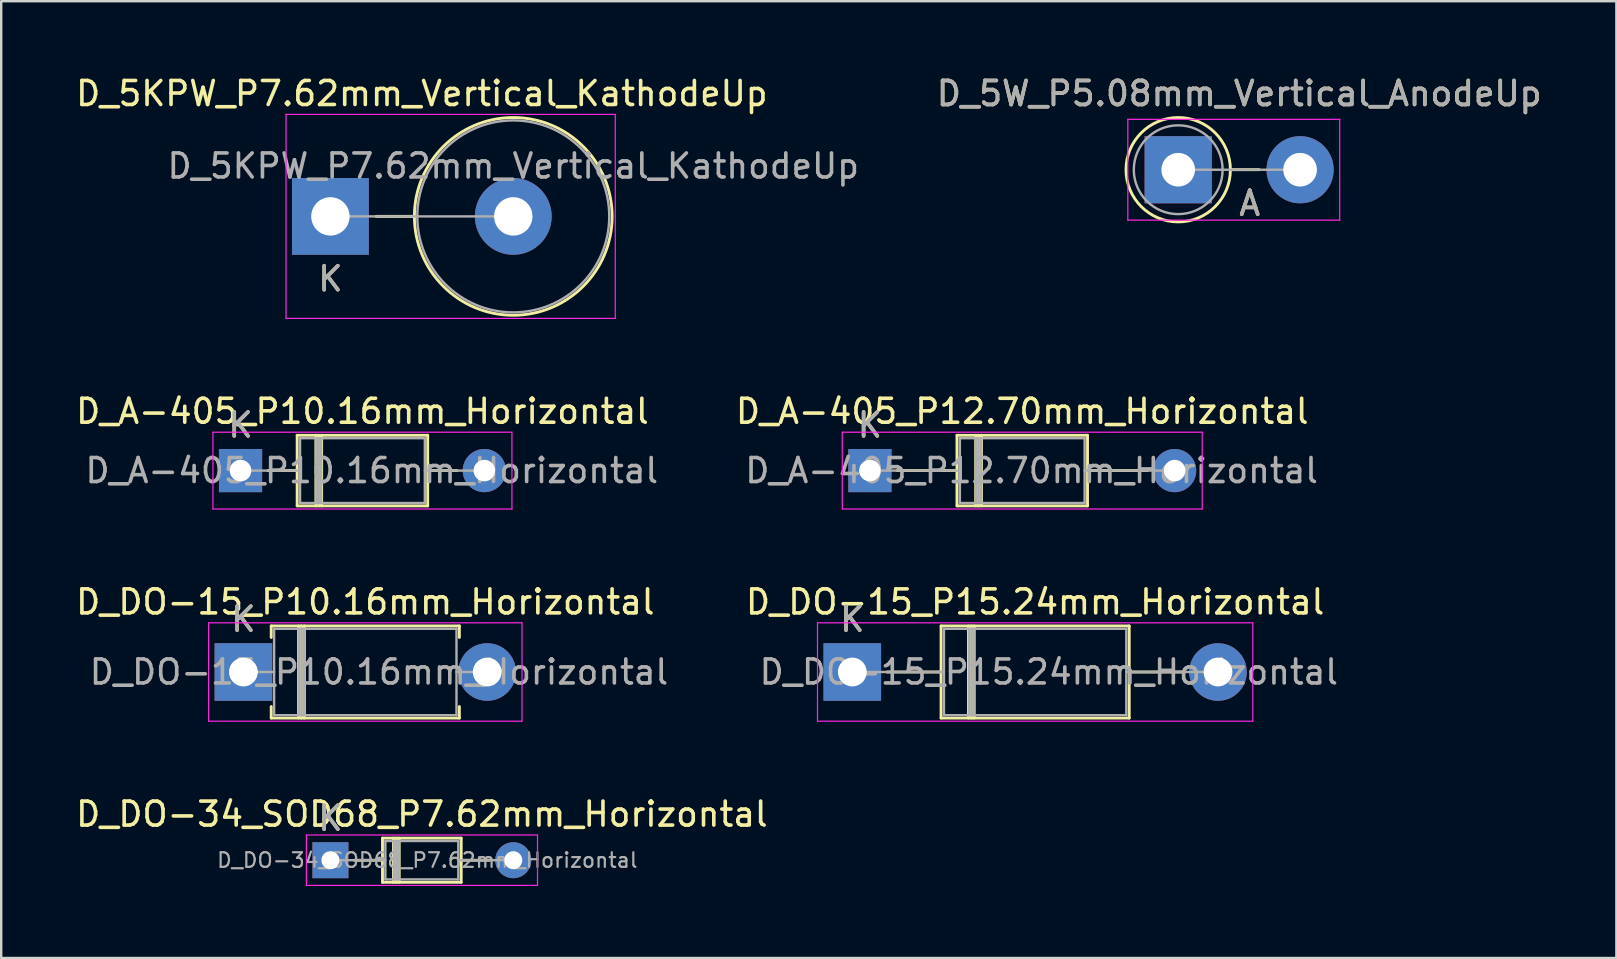
<source format=kicad_pcb>
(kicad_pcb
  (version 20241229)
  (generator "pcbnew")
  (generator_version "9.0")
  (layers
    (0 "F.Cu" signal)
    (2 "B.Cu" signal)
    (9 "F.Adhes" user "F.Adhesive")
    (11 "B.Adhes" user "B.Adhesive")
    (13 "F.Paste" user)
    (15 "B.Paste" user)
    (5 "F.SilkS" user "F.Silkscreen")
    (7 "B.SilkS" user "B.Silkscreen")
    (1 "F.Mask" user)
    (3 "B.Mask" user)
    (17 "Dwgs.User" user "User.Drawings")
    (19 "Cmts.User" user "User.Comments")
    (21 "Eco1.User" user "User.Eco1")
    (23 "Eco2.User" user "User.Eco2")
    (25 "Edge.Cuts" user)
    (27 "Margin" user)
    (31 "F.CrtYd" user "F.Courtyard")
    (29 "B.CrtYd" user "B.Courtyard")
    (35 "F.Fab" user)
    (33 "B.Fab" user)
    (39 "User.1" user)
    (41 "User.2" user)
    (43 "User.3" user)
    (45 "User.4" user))
  (footprint "D_DO-34_SOD68_P7.62mm_Horizontal"
    (layer "F.Cu")
    (at 10.72 32.798)
    (property "Reference" "D_DO-34_SOD68_P7.62mm_Horizontal" (at 3.81 -1.92 0) (layer "F.SilkS") (effects (font (size 1 1) (thickness 0.15))))
    (attr through_hole)
    (fp_line (start 0.99 0) (end 2.17 0) (stroke (width 0.12) (type solid)) (layer "F.SilkS"))
    (fp_line (start 2.17 -0.92) (end 2.17 0.92) (stroke (width 0.12) (type solid)) (layer "F.SilkS"))
    (fp_line (start 2.17 0.92) (end 5.45 0.92) (stroke (width 0.12) (type solid)) (layer "F.SilkS"))
    (fp_line (start 2.626 -0.92) (end 2.626 0.92) (stroke (width 0.12) (type solid)) (layer "F.SilkS"))
    (fp_line (start 2.746 -0.92) (end 2.746 0.92) (stroke (width 0.12) (type solid)) (layer "F.SilkS"))
    (fp_line (start 2.866 -0.92) (end 2.866 0.92) (stroke (width 0.12) (type solid)) (layer "F.SilkS"))
    (fp_line (start 5.45 -0.92) (end 2.17 -0.92) (stroke (width 0.12) (type solid)) (layer "F.SilkS"))
    (fp_line (start 5.45 0.92) (end 5.45 -0.92) (stroke (width 0.12) (type solid)) (layer "F.SilkS"))
    (fp_line (start 6.63 0) (end 5.45 0) (stroke (width 0.12) (type solid)) (layer "F.SilkS"))
    (fp_line (start -1 -1.05) (end -1 1.05) (stroke (width 0.05) (type solid)) (layer "F.CrtYd"))
    (fp_line (start -1 1.05) (end 8.63 1.05) (stroke (width 0.05) (type solid)) (layer "F.CrtYd"))
    (fp_line (start 8.63 -1.05) (end -1 -1.05) (stroke (width 0.05) (type solid)) (layer "F.CrtYd"))
    (fp_line (start 8.63 1.05) (end 8.63 -1.05) (stroke (width 0.05) (type solid)) (layer "F.CrtYd"))
    (fp_line (start 0 0) (end 2.29 0) (stroke (width 0.1) (type solid)) (layer "F.Fab"))
    (fp_line (start 2.29 -0.8) (end 2.29 0.8) (stroke (width 0.1) (type solid)) (layer "F.Fab"))
    (fp_line (start 2.29 0.8) (end 5.33 0.8) (stroke (width 0.1) (type solid)) (layer "F.Fab"))
    (fp_line (start 2.646 -0.8) (end 2.646 0.8) (stroke (width 0.1) (type solid)) (layer "F.Fab"))
    (fp_line (start 2.746 -0.8) (end 2.746 0.8) (stroke (width 0.1) (type solid)) (layer "F.Fab"))
    (fp_line (start 2.846 -0.8) (end 2.846 0.8) (stroke (width 0.1) (type solid)) (layer "F.Fab"))
    (fp_line (start 5.33 -0.8) (end 2.29 -0.8) (stroke (width 0.1) (type solid)) (layer "F.Fab"))
    (fp_line (start 5.33 0.8) (end 5.33 -0.8) (stroke (width 0.1) (type solid)) (layer "F.Fab"))
    (fp_line (start 7.62 0) (end 5.33 0) (stroke (width 0.1) (type solid)) (layer "F.Fab"))
    (fp_text user "K" (at 0 -1.75 0) (layer "F.SilkS") (effects (font (size 1 1) (thickness 0.15))))
    (fp_text user "${REFERENCE}" (at 4.038 0 0) (layer "F.Fab") (effects (font (size 0.608 0.608) (thickness 0.091))))
    (fp_text user "K" (at 0 -1.75 0) (layer "F.Fab") (effects (font (size 1 1) (thickness 0.15))))
    (pad "1" thru_hole rect (at 0 0) (size 1.5 1.5) (drill 0.75) (layers "*.Cu" "*.Mask"))
    (pad "2" thru_hole oval (at 7.62 0) (size 1.5 1.5) (drill 0.75) (layers "*.Cu" "*.Mask")))
  (footprint "D_DO-15_P15.24mm_Horizontal"
    (layer "F.Cu")
    (at 32.468 24.955)
    (property "Reference" "D_DO-15_P15.24mm_Horizontal" (at 7.62 -2.92 0) (layer "F.SilkS") (effects (font (size 1 1) (thickness 0.15))))
    (attr through_hole)
    (fp_line (start 1.44 0) (end 3.7 0) (stroke (width 0.12) (type solid)) (layer "F.SilkS"))
    (fp_line (start 3.7 -1.92) (end 3.7 1.92) (stroke (width 0.12) (type solid)) (layer "F.SilkS"))
    (fp_line (start 3.7 1.92) (end 11.54 1.92) (stroke (width 0.12) (type solid)) (layer "F.SilkS"))
    (fp_line (start 4.84 -1.92) (end 4.84 1.92) (stroke (width 0.12) (type solid)) (layer "F.SilkS"))
    (fp_line (start 4.96 -1.92) (end 4.96 1.92) (stroke (width 0.12) (type solid)) (layer "F.SilkS"))
    (fp_line (start 5.08 -1.92) (end 5.08 1.92) (stroke (width 0.12) (type solid)) (layer "F.SilkS"))
    (fp_line (start 11.54 -1.92) (end 3.7 -1.92) (stroke (width 0.12) (type solid)) (layer "F.SilkS"))
    (fp_line (start 11.54 1.92) (end 11.54 -1.92) (stroke (width 0.12) (type solid)) (layer "F.SilkS"))
    (fp_line (start 13.8 0) (end 11.54 0) (stroke (width 0.12) (type solid)) (layer "F.SilkS"))
    (fp_line (start -1.45 -2.05) (end -1.45 2.05) (stroke (width 0.05) (type solid)) (layer "F.CrtYd"))
    (fp_line (start -1.45 2.05) (end 16.69 2.05) (stroke (width 0.05) (type solid)) (layer "F.CrtYd"))
    (fp_line (start 16.69 -2.05) (end -1.45 -2.05) (stroke (width 0.05) (type solid)) (layer "F.CrtYd"))
    (fp_line (start 16.69 2.05) (end 16.69 -2.05) (stroke (width 0.05) (type solid)) (layer "F.CrtYd"))
    (fp_line (start 0 0) (end 3.82 0) (stroke (width 0.1) (type solid)) (layer "F.Fab"))
    (fp_line (start 3.82 -1.8) (end 3.82 1.8) (stroke (width 0.1) (type solid)) (layer "F.Fab"))
    (fp_line (start 3.82 1.8) (end 11.42 1.8) (stroke (width 0.1) (type solid)) (layer "F.Fab"))
    (fp_line (start 4.86 -1.8) (end 4.86 1.8) (stroke (width 0.1) (type solid)) (layer "F.Fab"))
    (fp_line (start 4.96 -1.8) (end 4.96 1.8) (stroke (width 0.1) (type solid)) (layer "F.Fab"))
    (fp_line (start 5.06 -1.8) (end 5.06 1.8) (stroke (width 0.1) (type solid)) (layer "F.Fab"))
    (fp_line (start 11.42 -1.8) (end 3.82 -1.8) (stroke (width 0.1) (type solid)) (layer "F.Fab"))
    (fp_line (start 11.42 1.8) (end 11.42 -1.8) (stroke (width 0.1) (type solid)) (layer "F.Fab"))
    (fp_line (start 15.24 0) (end 11.42 0) (stroke (width 0.1) (type solid)) (layer "F.Fab"))
    (fp_text user "K" (at 0 -2.2 0) (layer "F.SilkS") (effects (font (size 1 1) (thickness 0.15))))
    (fp_text user "${REFERENCE}" (at 8.19 0 0) (layer "F.Fab") (effects (font (size 1 1) (thickness 0.15))))
    (fp_text user "K" (at 0 -2.2 0) (layer "F.Fab") (effects (font (size 1 1) (thickness 0.15))))
    (pad "1" thru_hole rect (at 0 0) (size 2.4 2.4) (drill 1.2) (layers "*.Cu" "*.Mask"))
    (pad "2" thru_hole oval (at 15.24 0) (size 2.4 2.4) (drill 1.2) (layers "*.Cu" "*.Mask")))
  (footprint "D_DO-15_P10.16mm_Horizontal"
    (layer "F.Cu")
    (at 7.093 24.955)
    (property "Reference" "D_DO-15_P10.16mm_Horizontal" (at 5.08 -2.92 0) (layer "F.SilkS") (effects (font (size 1 1) (thickness 0.15))))
    (attr through_hole)
    (fp_line (start 1.16 -1.92) (end 9 -1.92) (stroke (width 0.12) (type solid)) (layer "F.SilkS"))
    (fp_line (start 1.16 -1.44) (end 1.16 -1.92) (stroke (width 0.12) (type solid)) (layer "F.SilkS"))
    (fp_line (start 1.16 1.44) (end 1.16 1.92) (stroke (width 0.12) (type solid)) (layer "F.SilkS"))
    (fp_line (start 1.16 1.92) (end 9 1.92) (stroke (width 0.12) (type solid)) (layer "F.SilkS"))
    (fp_line (start 2.3 -1.92) (end 2.3 1.92) (stroke (width 0.12) (type solid)) (layer "F.SilkS"))
    (fp_line (start 2.42 -1.92) (end 2.42 1.92) (stroke (width 0.12) (type solid)) (layer "F.SilkS"))
    (fp_line (start 2.54 -1.92) (end 2.54 1.92) (stroke (width 0.12) (type solid)) (layer "F.SilkS"))
    (fp_line (start 9 -1.92) (end 9 -1.44) (stroke (width 0.12) (type solid)) (layer "F.SilkS"))
    (fp_line (start 9 1.92) (end 9 1.44) (stroke (width 0.12) (type solid)) (layer "F.SilkS"))
    (fp_line (start -1.45 -2.05) (end -1.45 2.05) (stroke (width 0.05) (type solid)) (layer "F.CrtYd"))
    (fp_line (start -1.45 2.05) (end 11.61 2.05) (stroke (width 0.05) (type solid)) (layer "F.CrtYd"))
    (fp_line (start 11.61 -2.05) (end -1.45 -2.05) (stroke (width 0.05) (type solid)) (layer "F.CrtYd"))
    (fp_line (start 11.61 2.05) (end 11.61 -2.05) (stroke (width 0.05) (type solid)) (layer "F.CrtYd"))
    (fp_line (start 0 0) (end 1.28 0) (stroke (width 0.1) (type solid)) (layer "F.Fab"))
    (fp_line (start 1.28 -1.8) (end 1.28 1.8) (stroke (width 0.1) (type solid)) (layer "F.Fab"))
    (fp_line (start 1.28 1.8) (end 8.88 1.8) (stroke (width 0.1) (type solid)) (layer "F.Fab"))
    (fp_line (start 2.32 -1.8) (end 2.32 1.8) (stroke (width 0.1) (type solid)) (layer "F.Fab"))
    (fp_line (start 2.42 -1.8) (end 2.42 1.8) (stroke (width 0.1) (type solid)) (layer "F.Fab"))
    (fp_line (start 2.52 -1.8) (end 2.52 1.8) (stroke (width 0.1) (type solid)) (layer "F.Fab"))
    (fp_line (start 8.88 -1.8) (end 1.28 -1.8) (stroke (width 0.1) (type solid)) (layer "F.Fab"))
    (fp_line (start 8.88 1.8) (end 8.88 -1.8) (stroke (width 0.1) (type solid)) (layer "F.Fab"))
    (fp_line (start 10.16 0) (end 8.88 0) (stroke (width 0.1) (type solid)) (layer "F.Fab"))
    (fp_text user "K" (at 0 -2.2 0) (layer "F.SilkS") (effects (font (size 1 1) (thickness 0.15))))
    (fp_text user "K" (at 0 -2.2 0) (layer "F.Fab") (effects (font (size 1 1) (thickness 0.15))))
    (fp_text user "${REFERENCE}" (at 5.65 0 0) (layer "F.Fab") (effects (font (size 1 1) (thickness 0.15))))
    (pad "1" thru_hole rect (at 0 0) (size 2.4 2.4) (drill 1.2) (layers "*.Cu" "*.Mask"))
    (pad "2" thru_hole oval (at 10.16 0) (size 2.4 2.4) (drill 1.2) (layers "*.Cu" "*.Mask")))
  (footprint "D_5KPW_P7.62mm_Vertical_KathodeUp"
    (layer "F.Cu")
    (at 10.72 5.968)
    (property "Reference" "D_5KPW_P7.62mm_Vertical_KathodeUp" (at 3.81 -5.12 0) (layer "F.SilkS") (effects (font (size 1 1) (thickness 0.15))))
    (attr through_hole)
    (fp_line (start 3.5 0) (end 1.9 0) (stroke (width 0.12) (type solid)) (layer "F.SilkS"))
    (fp_circle (center 7.62 0) (end 11.74 0) (stroke (width 0.12) (type solid)) (fill no) (layer "F.SilkS"))
    (fp_line (start -1.85 -4.25) (end -1.85 4.25) (stroke (width 0.05) (type solid)) (layer "F.CrtYd"))
    (fp_line (start -1.85 4.25) (end 11.87 4.25) (stroke (width 0.05) (type solid)) (layer "F.CrtYd"))
    (fp_line (start 11.87 -4.25) (end -1.85 -4.25) (stroke (width 0.05) (type solid)) (layer "F.CrtYd"))
    (fp_line (start 11.87 4.25) (end 11.87 -4.25) (stroke (width 0.05) (type solid)) (layer "F.CrtYd"))
    (fp_line (start 0 0) (end 7.62 0) (stroke (width 0.1) (type solid)) (layer "F.Fab"))
    (fp_circle (center 7.62 0) (end 11.62 0) (stroke (width 0.1) (type solid)) (fill no) (layer "F.Fab"))
    (fp_text user "K" (at 0 2.6 0) (layer "F.SilkS") (effects (font (size 1 1) (thickness 0.15))))
    (fp_text user "K" (at 0 2.6 0) (layer "F.Fab") (effects (font (size 1 1) (thickness 0.15))))
    (fp_text user "${REFERENCE}" (at 7.62 -2.1 0) (layer "F.Fab") (effects (font (size 1 1) (thickness 0.15))))
    (pad "1" thru_hole rect (at 0 0) (size 3.2 3.2) (drill 1.6) (layers "*.Cu" "*.Mask"))
    (pad "2" thru_hole oval (at 7.62 0) (size 3.2 3.2) (drill 1.6) (layers "*.Cu" "*.Mask")))
  (footprint "D_5W_P5.08mm_Vertical_AnodeUp"
    (layer "F.Cu")
    (at 46.05 4.023)
    (property "Reference" "D_5W_P5.08mm_Vertical_AnodeUp" (at 2.54 -3.175 0) (layer "F.SilkS") (effects (font (size 1 1) (thickness 0.15))))
    (attr through_hole)
    (fp_line (start 2.175 0) (end 3.38 0) (stroke (width 0.12) (type solid)) (layer "F.SilkS"))
    (fp_circle (center 0 0) (end 2.175 0) (stroke (width 0.12) (type solid)) (fill no) (layer "F.SilkS"))
    (fp_line (start -2.1 -2.1) (end -2.1 2.1) (stroke (width 0.05) (type solid)) (layer "F.CrtYd"))
    (fp_line (start -2.1 2.1) (end 6.73 2.1) (stroke (width 0.05) (type solid)) (layer "F.CrtYd"))
    (fp_line (start 6.73 -2.1) (end -2.1 -2.1) (stroke (width 0.05) (type solid)) (layer "F.CrtYd"))
    (fp_line (start 6.73 2.1) (end 6.73 -2.1) (stroke (width 0.05) (type solid)) (layer "F.CrtYd"))
    (fp_line (start 0 0) (end 5.08 0) (stroke (width 0.1) (type solid)) (layer "F.Fab"))
    (fp_circle (center 0 0) (end 1.85 0) (stroke (width 0.1) (type solid)) (fill no) (layer "F.Fab"))
    (fp_text user "A" (at 2.98 1.4 0) (layer "F.SilkS") (effects (font (size 1 1) (thickness 0.15))))
    (fp_text user "${REFERENCE}" (at 2.54 -3.175 0) (layer "F.Fab") (effects (font (size 1 1) (thickness 0.15))))
    (fp_text user "A" (at 2.98 1.4 0) (layer "F.Fab") (effects (font (size 1 1) (thickness 0.15))))
    (pad "1" thru_hole rect (at 0 0) (size 2.8 2.8) (drill 1.4) (layers "*.Cu" "*.Mask"))
    (pad "2" thru_hole oval (at 5.08 0) (size 2.8 2.8) (drill 1.4) (layers "*.Cu" "*.Mask")))
  (footprint "D_A-405_P10.16mm_Horizontal"
    (layer "F.Cu")
    (at 6.974 16.561)
    (property "Reference" "D_A-405_P10.16mm_Horizontal" (at 5.08 -2.47 0) (layer "F.SilkS") (effects (font (size 1 1) (thickness 0.15))))
    (attr through_hole)
    (fp_line (start 1.14 0) (end 2.36 0) (stroke (width 0.12) (type solid)) (layer "F.SilkS"))
    (fp_line (start 2.36 -1.47) (end 2.36 1.47) (stroke (width 0.12) (type solid)) (layer "F.SilkS"))
    (fp_line (start 2.36 1.47) (end 7.8 1.47) (stroke (width 0.12) (type solid)) (layer "F.SilkS"))
    (fp_line (start 3.14 -1.47) (end 3.14 1.47) (stroke (width 0.12) (type solid)) (layer "F.SilkS"))
    (fp_line (start 3.26 -1.47) (end 3.26 1.47) (stroke (width 0.12) (type solid)) (layer "F.SilkS"))
    (fp_line (start 3.38 -1.47) (end 3.38 1.47) (stroke (width 0.12) (type solid)) (layer "F.SilkS"))
    (fp_line (start 7.8 -1.47) (end 2.36 -1.47) (stroke (width 0.12) (type solid)) (layer "F.SilkS"))
    (fp_line (start 7.8 1.47) (end 7.8 -1.47) (stroke (width 0.12) (type solid)) (layer "F.SilkS"))
    (fp_line (start 9.02 0) (end 7.8 0) (stroke (width 0.12) (type solid)) (layer "F.SilkS"))
    (fp_line (start -1.15 -1.6) (end -1.15 1.6) (stroke (width 0.05) (type solid)) (layer "F.CrtYd"))
    (fp_line (start -1.15 1.6) (end 11.31 1.6) (stroke (width 0.05) (type solid)) (layer "F.CrtYd"))
    (fp_line (start 11.31 -1.6) (end -1.15 -1.6) (stroke (width 0.05) (type solid)) (layer "F.CrtYd"))
    (fp_line (start 11.31 1.6) (end 11.31 -1.6) (stroke (width 0.05) (type solid)) (layer "F.CrtYd"))
    (fp_line (start 0 0) (end 2.48 0) (stroke (width 0.1) (type solid)) (layer "F.Fab"))
    (fp_line (start 2.48 -1.35) (end 2.48 1.35) (stroke (width 0.1) (type solid)) (layer "F.Fab"))
    (fp_line (start 2.48 1.35) (end 7.68 1.35) (stroke (width 0.1) (type solid)) (layer "F.Fab"))
    (fp_line (start 3.16 -1.35) (end 3.16 1.35) (stroke (width 0.1) (type solid)) (layer "F.Fab"))
    (fp_line (start 3.26 -1.35) (end 3.26 1.35) (stroke (width 0.1) (type solid)) (layer "F.Fab"))
    (fp_line (start 3.36 -1.35) (end 3.36 1.35) (stroke (width 0.1) (type solid)) (layer "F.Fab"))
    (fp_line (start 7.68 -1.35) (end 2.48 -1.35) (stroke (width 0.1) (type solid)) (layer "F.Fab"))
    (fp_line (start 7.68 1.35) (end 7.68 -1.35) (stroke (width 0.1) (type solid)) (layer "F.Fab"))
    (fp_line (start 10.16 0) (end 7.68 0) (stroke (width 0.1) (type solid)) (layer "F.Fab"))
    (fp_text user "K" (at 0 -1.9 0) (layer "F.SilkS") (effects (font (size 1 1) (thickness 0.15))))
    (fp_text user "${REFERENCE}" (at 5.47 0 0) (layer "F.Fab") (effects (font (size 1 1) (thickness 0.15))))
    (fp_text user "K" (at 0 -1.9 0) (layer "F.Fab") (effects (font (size 1 1) (thickness 0.15))))
    (pad "1" thru_hole rect (at 0 0) (size 1.8 1.8) (drill 0.9) (layers "*.Cu" "*.Mask"))
    (pad "2" thru_hole oval (at 10.16 0) (size 1.8 1.8) (drill 0.9) (layers "*.Cu" "*.Mask")))
  (footprint "D_A-405_P12.70mm_Horizontal"
    (layer "F.Cu")
    (at 33.201 16.561)
    (property "Reference" "D_A-405_P12.70mm_Horizontal" (at 6.35 -2.47 0) (layer "F.SilkS") (effects (font (size 1 1) (thickness 0.15))))
    (attr through_hole)
    (fp_line (start 1.14 0) (end 3.63 0) (stroke (width 0.12) (type solid)) (layer "F.SilkS"))
    (fp_line (start 3.63 -1.47) (end 3.63 1.47) (stroke (width 0.12) (type solid)) (layer "F.SilkS"))
    (fp_line (start 3.63 1.47) (end 9.07 1.47) (stroke (width 0.12) (type solid)) (layer "F.SilkS"))
    (fp_line (start 4.41 -1.47) (end 4.41 1.47) (stroke (width 0.12) (type solid)) (layer "F.SilkS"))
    (fp_line (start 4.53 -1.47) (end 4.53 1.47) (stroke (width 0.12) (type solid)) (layer "F.SilkS"))
    (fp_line (start 4.65 -1.47) (end 4.65 1.47) (stroke (width 0.12) (type solid)) (layer "F.SilkS"))
    (fp_line (start 9.07 -1.47) (end 3.63 -1.47) (stroke (width 0.12) (type solid)) (layer "F.SilkS"))
    (fp_line (start 9.07 1.47) (end 9.07 -1.47) (stroke (width 0.12) (type solid)) (layer "F.SilkS"))
    (fp_line (start 11.56 0) (end 9.07 0) (stroke (width 0.12) (type solid)) (layer "F.SilkS"))
    (fp_line (start -1.15 -1.6) (end -1.15 1.6) (stroke (width 0.05) (type solid)) (layer "F.CrtYd"))
    (fp_line (start -1.15 1.6) (end 13.85 1.6) (stroke (width 0.05) (type solid)) (layer "F.CrtYd"))
    (fp_line (start 13.85 -1.6) (end -1.15 -1.6) (stroke (width 0.05) (type solid)) (layer "F.CrtYd"))
    (fp_line (start 13.85 1.6) (end 13.85 -1.6) (stroke (width 0.05) (type solid)) (layer "F.CrtYd"))
    (fp_line (start 0 0) (end 3.75 0) (stroke (width 0.1) (type solid)) (layer "F.Fab"))
    (fp_line (start 3.75 -1.35) (end 3.75 1.35) (stroke (width 0.1) (type solid)) (layer "F.Fab"))
    (fp_line (start 3.75 1.35) (end 8.95 1.35) (stroke (width 0.1) (type solid)) (layer "F.Fab"))
    (fp_line (start 4.43 -1.35) (end 4.43 1.35) (stroke (width 0.1) (type solid)) (layer "F.Fab"))
    (fp_line (start 4.53 -1.35) (end 4.53 1.35) (stroke (width 0.1) (type solid)) (layer "F.Fab"))
    (fp_line (start 4.63 -1.35) (end 4.63 1.35) (stroke (width 0.1) (type solid)) (layer "F.Fab"))
    (fp_line (start 8.95 -1.35) (end 3.75 -1.35) (stroke (width 0.1) (type solid)) (layer "F.Fab"))
    (fp_line (start 8.95 1.35) (end 8.95 -1.35) (stroke (width 0.1) (type solid)) (layer "F.Fab"))
    (fp_line (start 12.7 0) (end 8.95 0) (stroke (width 0.1) (type solid)) (layer "F.Fab"))
    (fp_text user "K" (at 0 -1.9 0) (layer "F.SilkS") (effects (font (size 1 1) (thickness 0.15))))
    (fp_text user "${REFERENCE}" (at 6.74 0 0) (layer "F.Fab") (effects (font (size 1 1) (thickness 0.15))))
    (fp_text user "K" (at 0 -1.9 0) (layer "F.Fab") (effects (font (size 1 1) (thickness 0.15))))
    (pad "1" thru_hole rect (at 0 0) (size 1.8 1.8) (drill 0.9) (layers "*.Cu" "*.Mask"))
    (pad "2" thru_hole oval (at 12.7 0) (size 1.8 1.8) (drill 0.9) (layers "*.Cu" "*.Mask")))
  (gr_rect
    (start -3 -3)
    (end 64.31 36.873)
    (stroke (width 0.1) (type default))
    (fill no)
    (layer "Edge.Cuts")))
</source>
